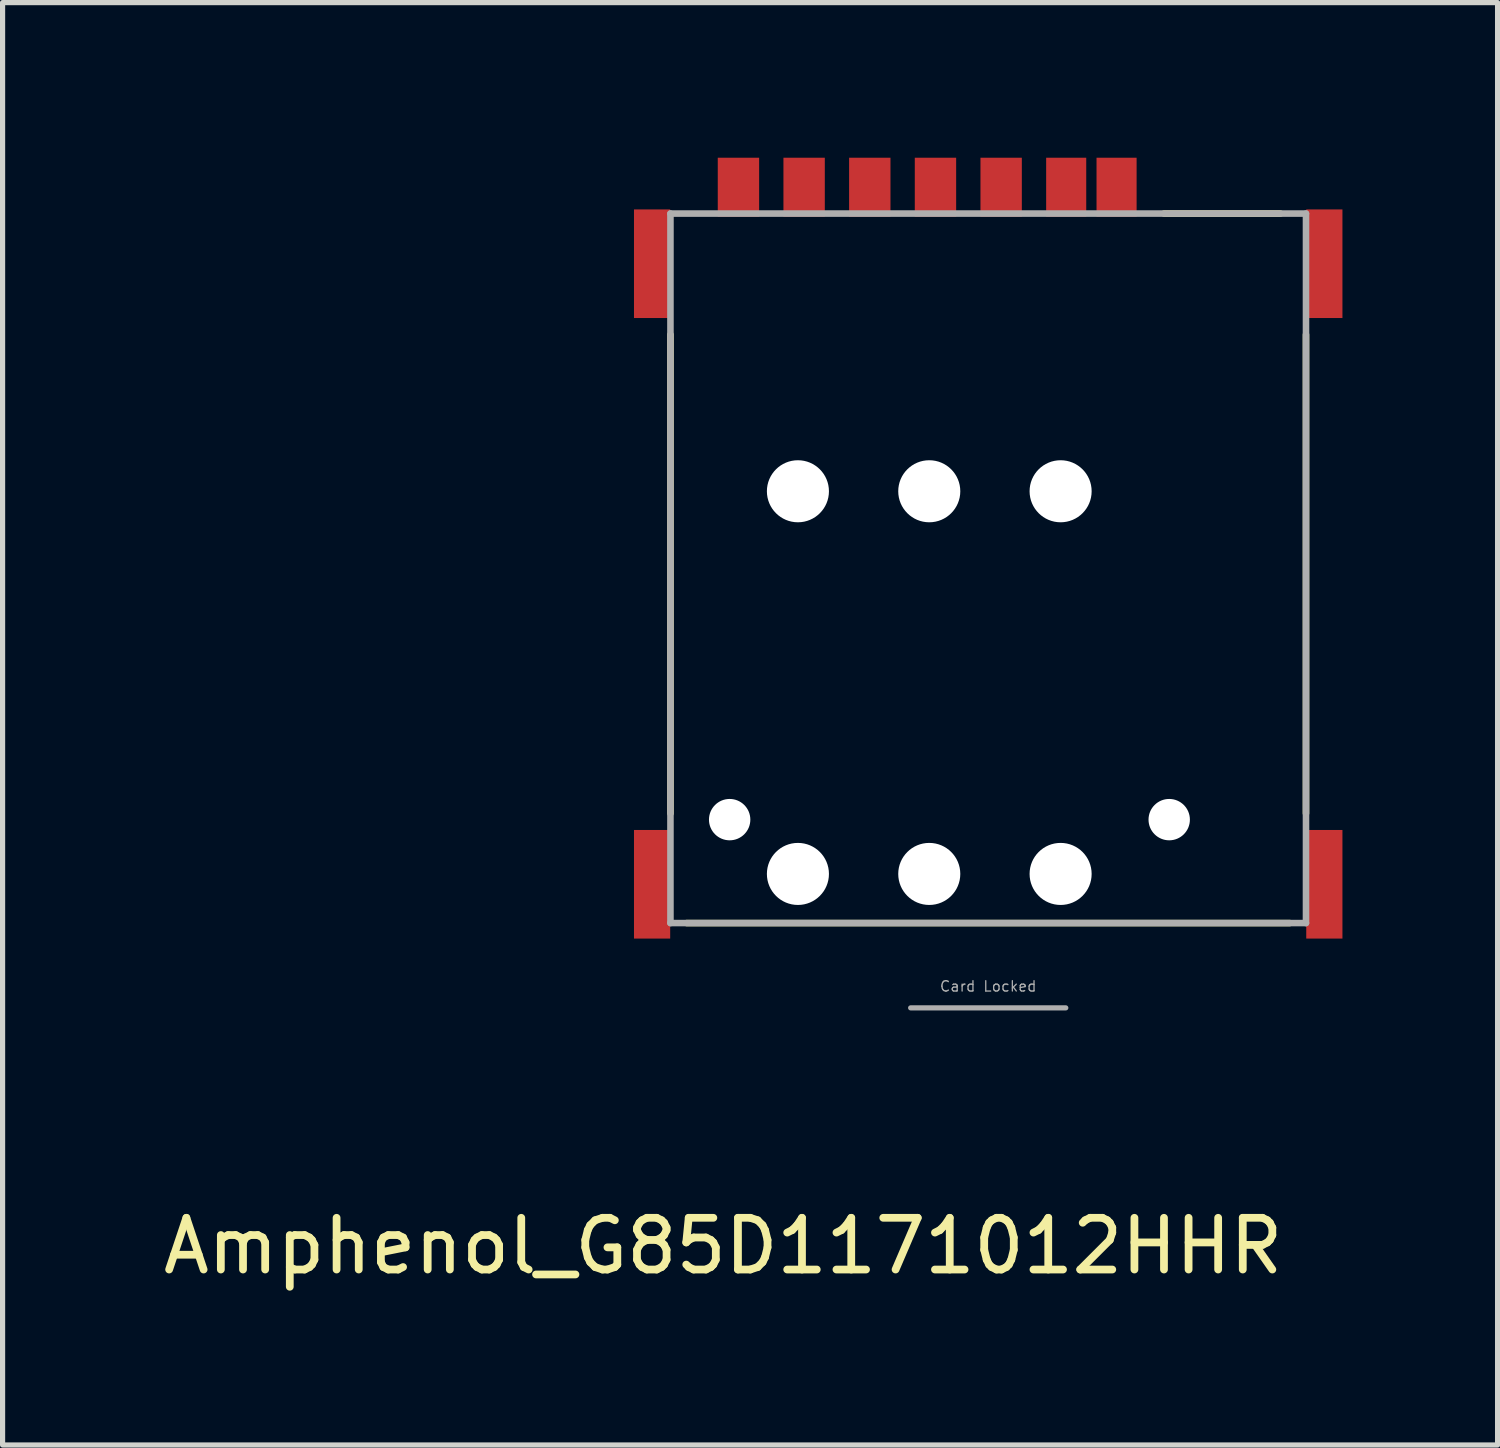
<source format=kicad_pcb>
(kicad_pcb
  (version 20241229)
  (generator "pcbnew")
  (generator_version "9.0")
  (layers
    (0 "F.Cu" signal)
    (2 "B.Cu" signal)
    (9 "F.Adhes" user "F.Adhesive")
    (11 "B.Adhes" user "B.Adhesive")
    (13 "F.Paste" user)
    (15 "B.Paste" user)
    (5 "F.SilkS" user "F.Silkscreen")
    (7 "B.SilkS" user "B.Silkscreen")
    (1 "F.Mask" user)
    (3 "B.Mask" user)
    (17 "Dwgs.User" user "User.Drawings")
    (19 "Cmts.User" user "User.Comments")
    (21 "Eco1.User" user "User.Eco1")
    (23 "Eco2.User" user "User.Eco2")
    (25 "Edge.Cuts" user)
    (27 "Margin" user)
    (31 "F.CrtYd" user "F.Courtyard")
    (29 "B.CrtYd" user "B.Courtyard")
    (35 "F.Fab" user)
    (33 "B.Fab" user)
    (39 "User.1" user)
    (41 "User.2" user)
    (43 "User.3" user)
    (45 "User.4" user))
  (footprint "Amphenol_G85D1171012HHR"
    (layer "F.Cu")
    (at 16.06 7.94)
    (property "Reference" "Amphenol_G85D1171012HHR" (at -5.125 13.105 0) (layer "F.SilkS") (effects (font (size 1 1) (thickness 0.15))))
    (attr smd allow_missing_courtyard)
    (fp_line (start -6.145 -4.52) (end -6.145 4.74) (stroke (width 0.127) (type solid)) (layer "F.SilkS"))
    (fp_line (start -5.83 6.86) (end 5.83 6.86) (stroke (width 0.127) (type solid)) (layer "F.SilkS"))
    (fp_line (start 3.4 -6.86) (end 5.65 -6.86) (stroke (width 0.127) (type solid)) (layer "F.SilkS"))
    (fp_line (start 6.145 -4.52) (end 6.145 4.74) (stroke (width 0.127) (type solid)) (layer "F.SilkS"))
    (fp_line (start -6.145 -6.86) (end 6.145 -6.86) (stroke (width 0.127) (type solid)) (layer "F.Fab"))
    (fp_line (start -6.145 6.86) (end -6.145 -6.86) (stroke (width 0.127) (type solid)) (layer "F.Fab"))
    (fp_line (start -1.5 8.5) (end 1.5 8.5) (stroke (width 0.1) (type default)) (layer "F.Fab"))
    (fp_line (start 6.145 -6.86) (end 6.145 6.86) (stroke (width 0.127) (type solid)) (layer "F.Fab"))
    (fp_line (start 6.145 6.86) (end -6.145 6.86) (stroke (width 0.127) (type solid)) (layer "F.Fab"))
    (fp_text user "Card Locked" (at 0 8.2 0) (unlocked yes) (layer "F.Fab") (effects (font (size 0.2 0.2) (thickness 0.025)) (justify bottom)))
    (pad "" np_thru_hole circle (at -5 4.86) (size 0.8 0.8) (drill 0.8) (layers "*.Cu" "*.Mask"))
    (pad "" np_thru_hole circle (at -3.68 -1.49) (size 1.2 1.2) (drill 1.2) (layers "*.Cu" "*.Mask"))
    (pad "" np_thru_hole circle (at -3.68 5.91) (size 1.2 1.2) (drill 1.2) (layers "*.Cu" "*.Mask"))
    (pad "" np_thru_hole circle (at -1.14 -1.49) (size 1.2 1.2) (drill 1.2) (layers "*.Cu" "*.Mask"))
    (pad "" np_thru_hole circle (at -1.14 5.91) (size 1.2 1.2) (drill 1.2) (layers "*.Cu" "*.Mask"))
    (pad "" np_thru_hole circle (at 1.4 -1.49) (size 1.2 1.2) (drill 1.2) (layers "*.Cu" "*.Mask"))
    (pad "" np_thru_hole circle (at 1.4 5.91) (size 1.2 1.2) (drill 1.2) (layers "*.Cu" "*.Mask"))
    (pad "" np_thru_hole circle (at 3.5 4.86) (size 0.8 0.8) (drill 0.8) (layers "*.Cu" "*.Mask"))
    (pad "C1" smd rect (at 0.25 -7.37) (size 0.8 1.14) (layers "F.Cu" "F.Mask" "F.Paste"))
    (pad "C2" smd rect (at -2.29 -7.37) (size 0.8 1.14) (layers "F.Cu" "F.Mask" "F.Paste"))
    (pad "C3" smd rect (at -4.83 -7.37) (size 0.8 1.14) (layers "F.Cu" "F.Mask" "F.Paste"))
    (pad "C5" smd rect (at 1.508 -7.37) (size 0.775 1.14) (layers "F.Cu" "F.Mask" "F.Paste"))
    (pad "C6" smd rect (at -1.02 -7.37) (size 0.8 1.14) (layers "F.Cu" "F.Mask" "F.Paste"))
    (pad "C7" smd rect (at -3.56 -7.37) (size 0.8 1.14) (layers "F.Cu" "F.Mask" "F.Paste"))
    (pad "CD" smd rect (at 2.482 -7.37) (size 0.775 1.14) (layers "F.Cu" "F.Mask" "F.Paste"))
    (pad "S1" smd rect (at -6.5 -5.89) (size 0.7 2.1) (layers "F.Cu" "F.Mask" "F.Paste"))
    (pad "S2" smd rect (at 6.5 -5.89) (size 0.7 2.1) (layers "F.Cu" "F.Mask" "F.Paste"))
    (pad "S3" smd rect (at -6.5 6.11) (size 0.7 2.1) (layers "F.Cu" "F.Mask" "F.Paste"))
    (pad "S4" smd rect (at 6.5 6.11) (size 0.7 2.1) (layers "F.Cu" "F.Mask" "F.Paste"))
    (zone (net_name "") (layer "F.Cu") (hatch full 0.508) (connect_pads) (min_thickness 0.01) (filled_areas_thickness no) (keepout (tracks not_allowed) (vias not_allowed) (pads allowed) (copperpour not_allowed) (footprints not_allowed)) (placement (enabled no)) (fill) (polygon (pts (xy 11.78 3.2) (xy 12.98 3.2) (xy 12.98 6.45) (xy 11.78 6.45))))
    (zone (net_name "") (layer "F.Cu") (hatch full 0.508) (connect_pads) (min_thickness 0.01) (filled_areas_thickness no) (keepout (tracks not_allowed) (vias not_allowed) (pads allowed) (copperpour not_allowed) (footprints not_allowed)) (placement (enabled no)) (fill) (polygon (pts (xy 11.78 10.1) (xy 12.98 10.1) (xy 12.98 13.85) (xy 11.78 13.85))))
    (zone (net_name "") (layer "F.Cu") (hatch full 0.508) (connect_pads) (min_thickness 0.01) (filled_areas_thickness no) (keepout (tracks not_allowed) (vias not_allowed) (pads allowed) (copperpour not_allowed) (footprints not_allowed)) (placement (enabled no)) (fill) (polygon (pts (xy 14.32 3.2) (xy 15.52 3.2) (xy 15.52 6.45) (xy 14.32 6.45))))
    (zone (net_name "") (layer "F.Cu") (hatch full 0.508) (connect_pads) (min_thickness 0.01) (filled_areas_thickness no) (keepout (tracks not_allowed) (vias not_allowed) (pads allowed) (copperpour not_allowed) (footprints not_allowed)) (placement (enabled no)) (fill) (polygon (pts (xy 14.32 10.1) (xy 15.52 10.1) (xy 15.52 13.85) (xy 14.32 13.85))))
    (zone (net_name "") (layer "F.Cu") (hatch full 0.508) (connect_pads) (min_thickness 0.01) (filled_areas_thickness no) (keepout (tracks not_allowed) (vias not_allowed) (pads allowed) (copperpour not_allowed) (footprints not_allowed)) (placement (enabled no)) (fill) (polygon (pts (xy 16.86 3.2) (xy 18.06 3.2) (xy 18.06 6.45) (xy 16.86 6.45))))
    (zone (net_name "") (layer "F.Cu") (hatch full 0.508) (connect_pads) (min_thickness 0.01) (filled_areas_thickness no) (keepout (tracks not_allowed) (vias not_allowed) (pads allowed) (copperpour not_allowed) (footprints not_allowed)) (placement (enabled no)) (fill) (polygon (pts (xy 16.86 10.1) (xy 18.06 10.1) (xy 18.06 13.85) (xy 16.86 13.85)))))
  (gr_rect
    (start -3 -3)
    (end 25.91 24.893)
    (stroke (width 0.1) (type default))
    (fill no)
    (layer "Edge.Cuts")))
</source>
